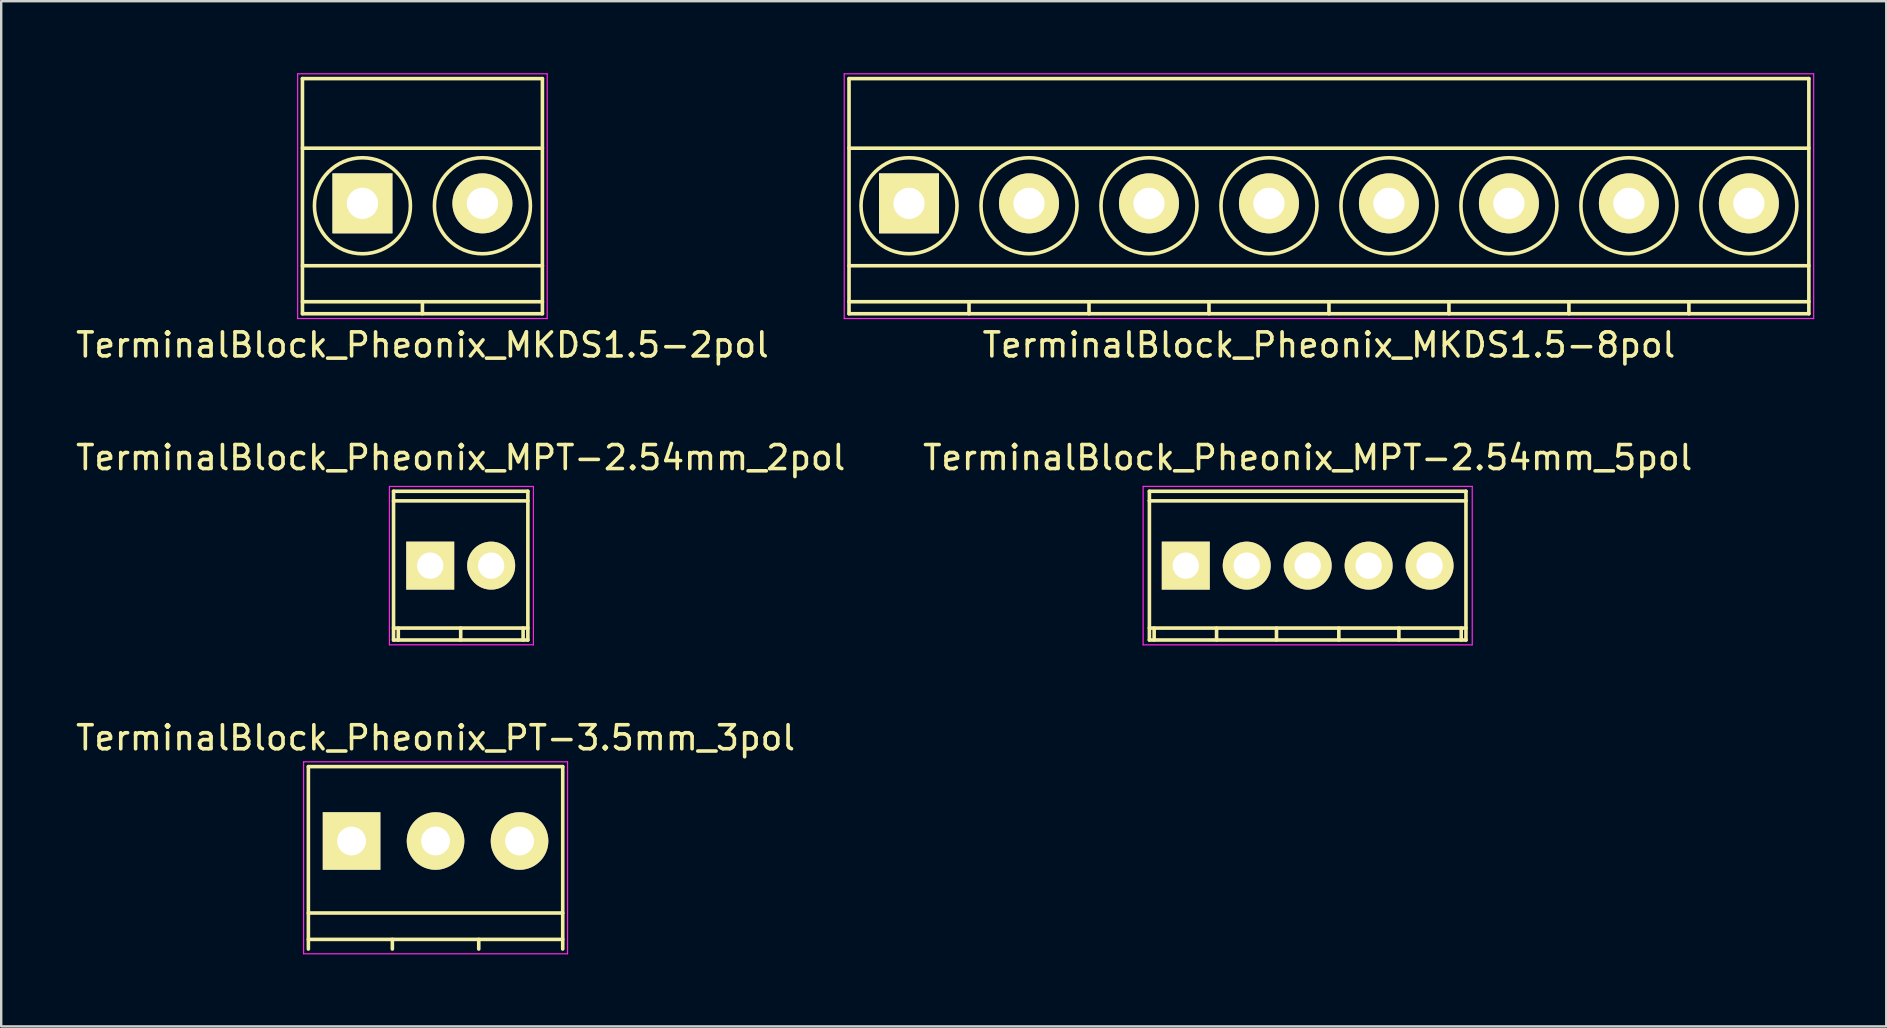
<source format=kicad_pcb>
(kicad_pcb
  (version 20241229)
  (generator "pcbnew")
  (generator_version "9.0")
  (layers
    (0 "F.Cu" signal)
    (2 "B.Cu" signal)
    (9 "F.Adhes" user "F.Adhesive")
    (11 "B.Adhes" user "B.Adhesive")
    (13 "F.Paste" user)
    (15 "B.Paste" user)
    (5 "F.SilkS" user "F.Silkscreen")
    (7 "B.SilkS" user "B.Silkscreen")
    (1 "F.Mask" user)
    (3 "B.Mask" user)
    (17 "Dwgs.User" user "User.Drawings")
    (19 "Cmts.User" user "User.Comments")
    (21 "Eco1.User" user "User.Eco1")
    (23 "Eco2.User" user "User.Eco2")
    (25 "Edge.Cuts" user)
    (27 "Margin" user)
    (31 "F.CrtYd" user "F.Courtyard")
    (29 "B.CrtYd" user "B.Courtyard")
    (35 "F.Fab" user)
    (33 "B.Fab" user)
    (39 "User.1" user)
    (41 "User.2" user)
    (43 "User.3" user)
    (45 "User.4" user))
  (footprint "TerminalBlock_Pheonix_PT-3.5mm_3pol"
    (layer "F.Cu")
    (at 11.601 31.998)
    (property "Reference" "TerminalBlock_Pheonix_PT-3.5mm_3pol" (at 3.5 -4.3 0) (layer "F.SilkS") (effects (font (size 1 1) (thickness 0.15))))
    (attr through_hole)
    (fp_line (start -1.8 -3.1) (end -1.8 4.5) (stroke (width 0.15) (type solid)) (layer "F.SilkS"))
    (fp_line (start -1.8 3) (end 8.8 3) (stroke (width 0.15) (type solid)) (layer "F.SilkS"))
    (fp_line (start -1.8 4.1) (end 8.8 4.1) (stroke (width 0.15) (type solid)) (layer "F.SilkS"))
    (fp_line (start 1.7 4.1) (end 1.7 4.5) (stroke (width 0.15) (type solid)) (layer "F.SilkS"))
    (fp_line (start 5.3 4.1) (end 5.3 4.5) (stroke (width 0.15) (type solid)) (layer "F.SilkS"))
    (fp_line (start 8.8 -3.1) (end -1.8 -3.1) (stroke (width 0.15) (type solid)) (layer "F.SilkS"))
    (fp_line (start 8.8 4.5) (end 8.8 -3.1) (stroke (width 0.15) (type solid)) (layer "F.SilkS"))
    (fp_line (start -2 -3.3) (end 9 -3.3) (stroke (width 0.05) (type solid)) (layer "F.CrtYd"))
    (fp_line (start -2 4.7) (end -2 -3.3) (stroke (width 0.05) (type solid)) (layer "F.CrtYd"))
    (fp_line (start 9 -3.3) (end 9 4.7) (stroke (width 0.05) (type solid)) (layer "F.CrtYd"))
    (fp_line (start 9 4.7) (end -2 4.7) (stroke (width 0.05) (type solid)) (layer "F.CrtYd"))
    (pad "1" thru_hole rect (at 0 0) (size 2.4 2.4) (drill 1.2) (layers "*.Cu" "*.Mask" "F.SilkS"))
    (pad "2" thru_hole circle (at 3.5 0) (size 2.4 2.4) (drill 1.2) (layers "*.Cu" "*.Mask" "F.SilkS"))
    (pad "3" thru_hole circle (at 7 0) (size 2.4 2.4) (drill 1.2) (layers "*.Cu" "*.Mask" "F.SilkS")))
  (footprint "TerminalBlock_Pheonix_MKDS1.5-8pol"
    (layer "F.Cu")
    (at 34.832 5.425)
    (property "Reference" "TerminalBlock_Pheonix_MKDS1.5-8pol" (at 17.5 5.9 0) (layer "F.SilkS") (effects (font (size 1 1) (thickness 0.15))))
    (attr through_hole)
    (fp_line (start -2.5 -5.2) (end -2.5 4.6) (stroke (width 0.15) (type solid)) (layer "F.SilkS"))
    (fp_line (start -2.5 -2.3) (end 37.5 -2.3) (stroke (width 0.15) (type solid)) (layer "F.SilkS"))
    (fp_line (start -2.5 2.6) (end 37.5 2.6) (stroke (width 0.15) (type solid)) (layer "F.SilkS"))
    (fp_line (start -2.5 4.1) (end 37.5 4.1) (stroke (width 0.15) (type solid)) (layer "F.SilkS"))
    (fp_line (start -2.5 4.6) (end 37.5 4.6) (stroke (width 0.15) (type solid)) (layer "F.SilkS"))
    (fp_line (start 2.5 4.1) (end 2.5 4.6) (stroke (width 0.15) (type solid)) (layer "F.SilkS"))
    (fp_line (start 7.5 4.1) (end 7.5 4.6) (stroke (width 0.15) (type solid)) (layer "F.SilkS"))
    (fp_line (start 12.5 4.1) (end 12.5 4.6) (stroke (width 0.15) (type solid)) (layer "F.SilkS"))
    (fp_line (start 17.5 4.1) (end 17.5 4.6) (stroke (width 0.15) (type solid)) (layer "F.SilkS"))
    (fp_line (start 22.5 4.1) (end 22.5 4.6) (stroke (width 0.15) (type solid)) (layer "F.SilkS"))
    (fp_line (start 27.5 4.1) (end 27.5 4.6) (stroke (width 0.15) (type solid)) (layer "F.SilkS"))
    (fp_line (start 32.5 4.1) (end 32.5 4.6) (stroke (width 0.15) (type solid)) (layer "F.SilkS"))
    (fp_line (start 37.5 -5.2) (end -2.5 -5.2) (stroke (width 0.15) (type solid)) (layer "F.SilkS"))
    (fp_line (start 37.5 4.6) (end 37.5 -5.2) (stroke (width 0.15) (type solid)) (layer "F.SilkS"))
    (fp_circle (center 0 0.1) (end 2 0.1) (stroke (width 0.15) (type solid)) (fill no) (layer "F.SilkS"))
    (fp_circle (center 5 0.1) (end 3 0.1) (stroke (width 0.15) (type solid)) (fill no) (layer "F.SilkS"))
    (fp_circle (center 10 0.1) (end 8 0.1) (stroke (width 0.15) (type solid)) (fill no) (layer "F.SilkS"))
    (fp_circle (center 15 0.1) (end 13 0.1) (stroke (width 0.15) (type solid)) (fill no) (layer "F.SilkS"))
    (fp_circle (center 20 0.1) (end 18 0.1) (stroke (width 0.15) (type solid)) (fill no) (layer "F.SilkS"))
    (fp_circle (center 25 0.1) (end 23 0.1) (stroke (width 0.15) (type solid)) (fill no) (layer "F.SilkS"))
    (fp_circle (center 30 0.1) (end 28 0.1) (stroke (width 0.15) (type solid)) (fill no) (layer "F.SilkS"))
    (fp_circle (center 35 0.1) (end 33 0.1) (stroke (width 0.15) (type solid)) (fill no) (layer "F.SilkS"))
    (fp_line (start -2.7 -5.4) (end 37.7 -5.4) (stroke (width 0.05) (type solid)) (layer "F.CrtYd"))
    (fp_line (start -2.7 4.8) (end -2.7 -5.4) (stroke (width 0.05) (type solid)) (layer "F.CrtYd"))
    (fp_line (start 37.7 -5.4) (end 37.7 4.8) (stroke (width 0.05) (type solid)) (layer "F.CrtYd"))
    (fp_line (start 37.7 4.8) (end -2.7 4.8) (stroke (width 0.05) (type solid)) (layer "F.CrtYd"))
    (pad "1" thru_hole rect (at 0 0) (size 2.5 2.5) (drill 1.3) (layers "*.Cu" "*.Mask" "F.SilkS"))
    (pad "2" thru_hole circle (at 5 0) (size 2.5 2.5) (drill 1.3) (layers "*.Cu" "*.Mask" "F.SilkS"))
    (pad "3" thru_hole circle (at 10 0) (size 2.5 2.5) (drill 1.3) (layers "*.Cu" "*.Mask" "F.SilkS"))
    (pad "4" thru_hole circle (at 15 0) (size 2.5 2.5) (drill 1.3) (layers "*.Cu" "*.Mask" "F.SilkS"))
    (pad "5" thru_hole circle (at 20 0) (size 2.5 2.5) (drill 1.3) (layers "*.Cu" "*.Mask" "F.SilkS"))
    (pad "6" thru_hole circle (at 25 0) (size 2.5 2.5) (drill 1.3) (layers "*.Cu" "*.Mask" "F.SilkS"))
    (pad "7" thru_hole circle (at 30 0) (size 2.5 2.5) (drill 1.3) (layers "*.Cu" "*.Mask" "F.SilkS"))
    (pad "8" thru_hole circle (at 35 0) (size 2.5 2.5) (drill 1.3) (layers "*.Cu" "*.Mask" "F.SilkS")))
  (footprint "TerminalBlock_Pheonix_MPT-2.54mm_5pol"
    (layer "F.Cu")
    (at 46.366 20.522)
    (property "Reference" "TerminalBlock_Pheonix_MPT-2.54mm_5pol" (at 5.08 -4.501 0) (layer "F.SilkS") (effects (font (size 1 1) (thickness 0.15))))
    (attr through_hole)
    (fp_line (start -1.519 -2.7) (end 11.679 -2.7) (stroke (width 0.15) (type solid)) (layer "F.SilkS"))
    (fp_line (start -1.519 2.601) (end 11.679 2.601) (stroke (width 0.15) (type solid)) (layer "F.SilkS"))
    (fp_line (start -1.516 -3.099) (end -1.516 3.099) (stroke (width 0.15) (type solid)) (layer "F.SilkS"))
    (fp_line (start -1.318 3.099) (end -1.318 2.601) (stroke (width 0.15) (type solid)) (layer "F.SilkS"))
    (fp_line (start 1.283 3.099) (end 1.283 2.601) (stroke (width 0.15) (type solid)) (layer "F.SilkS"))
    (fp_line (start 3.78 2.601) (end 3.78 3.099) (stroke (width 0.15) (type solid)) (layer "F.SilkS"))
    (fp_line (start 6.378 2.601) (end 6.378 3.099) (stroke (width 0.15) (type solid)) (layer "F.SilkS"))
    (fp_line (start 8.88 2.601) (end 8.88 3.099) (stroke (width 0.15) (type solid)) (layer "F.SilkS"))
    (fp_line (start 11.478 2.601) (end 11.478 3.099) (stroke (width 0.15) (type solid)) (layer "F.SilkS"))
    (fp_line (start 11.676 3.099) (end 11.676 -3.099) (stroke (width 0.15) (type solid)) (layer "F.SilkS"))
    (fp_line (start 11.679 -3.099) (end -1.519 -3.099) (stroke (width 0.15) (type solid)) (layer "F.SilkS"))
    (fp_line (start 11.679 3.099) (end -1.519 3.099) (stroke (width 0.15) (type solid)) (layer "F.SilkS"))
    (fp_line (start -1.778 -3.302) (end 11.938 -3.302) (stroke (width 0.05) (type solid)) (layer "F.CrtYd"))
    (fp_line (start -1.778 3.302) (end -1.778 -3.302) (stroke (width 0.05) (type solid)) (layer "F.CrtYd"))
    (fp_line (start 11.938 -3.302) (end 11.938 3.302) (stroke (width 0.05) (type solid)) (layer "F.CrtYd"))
    (fp_line (start 11.938 3.302) (end -1.778 3.302) (stroke (width 0.05) (type solid)) (layer "F.CrtYd"))
    (pad "1" thru_hole rect (at 0 0 180) (size 1.999 1.999) (drill 1.097) (layers "*.Cu" "*.Mask" "F.SilkS"))
    (pad "2" thru_hole oval (at 2.54 0 180) (size 1.999 1.999) (drill 1.097) (layers "*.Cu" "*.Mask" "F.SilkS"))
    (pad "3" thru_hole oval (at 5.08 0 180) (size 1.999 1.999) (drill 1.097) (layers "*.Cu" "*.Mask" "F.SilkS"))
    (pad "4" thru_hole oval (at 7.62 0 180) (size 1.999 1.999) (drill 1.097) (layers "*.Cu" "*.Mask" "F.SilkS"))
    (pad "5" thru_hole oval (at 10.16 0 180) (size 1.999 1.999) (drill 1.097) (layers "*.Cu" "*.Mask" "F.SilkS")))
  (footprint "TerminalBlock_Pheonix_MPT-2.54mm_2pol"
    (layer "F.Cu")
    (at 14.879 20.522)
    (property "Reference" "TerminalBlock_Pheonix_MPT-2.54mm_2pol" (at 1.27 -4.501 0) (layer "F.SilkS") (effects (font (size 1 1) (thickness 0.15))))
    (attr through_hole)
    (fp_line (start -1.529 -3.099) (end -1.529 3.099) (stroke (width 0.15) (type solid)) (layer "F.SilkS"))
    (fp_line (start -1.529 -2.7) (end 4.069 -2.7) (stroke (width 0.15) (type solid)) (layer "F.SilkS"))
    (fp_line (start -1.529 3.099) (end 4.069 3.099) (stroke (width 0.15) (type solid)) (layer "F.SilkS"))
    (fp_line (start -1.331 3.099) (end -1.331 2.601) (stroke (width 0.15) (type solid)) (layer "F.SilkS"))
    (fp_line (start 1.27 3.099) (end 1.27 2.601) (stroke (width 0.15) (type solid)) (layer "F.SilkS"))
    (fp_line (start 3.871 2.601) (end 3.871 3.099) (stroke (width 0.15) (type solid)) (layer "F.SilkS"))
    (fp_line (start 4.069 -3.099) (end -1.529 -3.099) (stroke (width 0.15) (type solid)) (layer "F.SilkS"))
    (fp_line (start 4.069 2.601) (end -1.529 2.601) (stroke (width 0.15) (type solid)) (layer "F.SilkS"))
    (fp_line (start 4.069 3.099) (end 4.069 -3.099) (stroke (width 0.15) (type solid)) (layer "F.SilkS"))
    (fp_line (start -1.7 -3.3) (end 4.3 -3.3) (stroke (width 0.05) (type solid)) (layer "F.CrtYd"))
    (fp_line (start -1.7 3.3) (end -1.7 -3.3) (stroke (width 0.05) (type solid)) (layer "F.CrtYd"))
    (fp_line (start 4.3 -3.3) (end 4.3 3.3) (stroke (width 0.05) (type solid)) (layer "F.CrtYd"))
    (fp_line (start 4.3 3.3) (end -1.7 3.3) (stroke (width 0.05) (type solid)) (layer "F.CrtYd"))
    (pad "1" thru_hole rect (at 0 0) (size 1.999 1.999) (drill 1.097) (layers "*.Cu" "*.Mask" "F.SilkS"))
    (pad "2" thru_hole oval (at 2.54 0) (size 1.999 1.999) (drill 1.097) (layers "*.Cu" "*.Mask" "F.SilkS")))
  (footprint "TerminalBlock_Pheonix_MKDS1.5-2pol"
    (layer "F.Cu")
    (at 12.054 5.425)
    (property "Reference" "TerminalBlock_Pheonix_MKDS1.5-2pol" (at 2.5 5.9 0) (layer "F.SilkS") (effects (font (size 1 1) (thickness 0.15))))
    (attr through_hole)
    (fp_line (start -2.5 -5.2) (end -2.5 4.6) (stroke (width 0.15) (type solid)) (layer "F.SilkS"))
    (fp_line (start -2.5 -2.3) (end 7.5 -2.3) (stroke (width 0.15) (type solid)) (layer "F.SilkS"))
    (fp_line (start -2.5 2.6) (end 7.5 2.6) (stroke (width 0.15) (type solid)) (layer "F.SilkS"))
    (fp_line (start -2.5 4.1) (end 7.5 4.1) (stroke (width 0.15) (type solid)) (layer "F.SilkS"))
    (fp_line (start -2.5 4.6) (end 7.5 4.6) (stroke (width 0.15) (type solid)) (layer "F.SilkS"))
    (fp_line (start 2.5 4.1) (end 2.5 4.6) (stroke (width 0.15) (type solid)) (layer "F.SilkS"))
    (fp_line (start 7.5 -5.2) (end -2.5 -5.2) (stroke (width 0.15) (type solid)) (layer "F.SilkS"))
    (fp_line (start 7.5 4.6) (end 7.5 -5.2) (stroke (width 0.15) (type solid)) (layer "F.SilkS"))
    (fp_circle (center 0 0.1) (end 2 0.1) (stroke (width 0.15) (type solid)) (fill no) (layer "F.SilkS"))
    (fp_circle (center 5 0.1) (end 3 0.1) (stroke (width 0.15) (type solid)) (fill no) (layer "F.SilkS"))
    (fp_line (start -2.7 -5.4) (end 7.7 -5.4) (stroke (width 0.05) (type solid)) (layer "F.CrtYd"))
    (fp_line (start -2.7 4.8) (end -2.7 -5.4) (stroke (width 0.05) (type solid)) (layer "F.CrtYd"))
    (fp_line (start 7.7 -5.4) (end 7.7 4.8) (stroke (width 0.05) (type solid)) (layer "F.CrtYd"))
    (fp_line (start 7.7 4.8) (end -2.7 4.8) (stroke (width 0.05) (type solid)) (layer "F.CrtYd"))
    (pad "1" thru_hole rect (at 0 0) (size 2.5 2.5) (drill 1.3) (layers "*.Cu" "*.Mask" "F.SilkS"))
    (pad "2" thru_hole circle (at 5 0) (size 2.5 2.5) (drill 1.3) (layers "*.Cu" "*.Mask" "F.SilkS")))
  (gr_rect
    (start -3 -3)
    (end 75.557 39.723)
    (stroke (width 0.1) (type default))
    (fill no)
    (layer "Edge.Cuts")))
</source>
